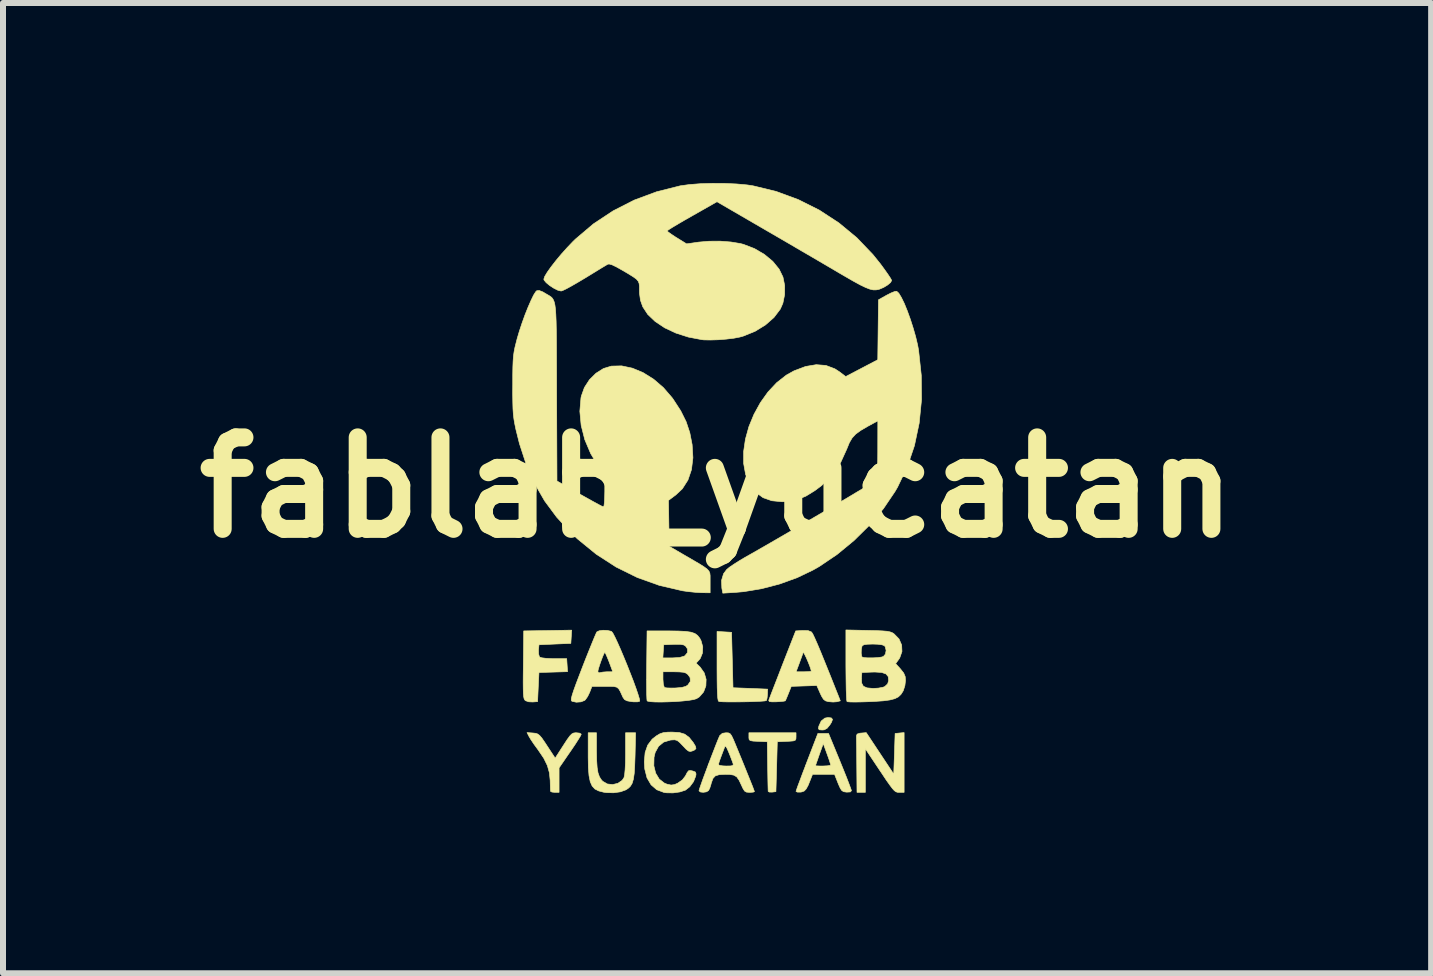
<source format=kicad_pcb>
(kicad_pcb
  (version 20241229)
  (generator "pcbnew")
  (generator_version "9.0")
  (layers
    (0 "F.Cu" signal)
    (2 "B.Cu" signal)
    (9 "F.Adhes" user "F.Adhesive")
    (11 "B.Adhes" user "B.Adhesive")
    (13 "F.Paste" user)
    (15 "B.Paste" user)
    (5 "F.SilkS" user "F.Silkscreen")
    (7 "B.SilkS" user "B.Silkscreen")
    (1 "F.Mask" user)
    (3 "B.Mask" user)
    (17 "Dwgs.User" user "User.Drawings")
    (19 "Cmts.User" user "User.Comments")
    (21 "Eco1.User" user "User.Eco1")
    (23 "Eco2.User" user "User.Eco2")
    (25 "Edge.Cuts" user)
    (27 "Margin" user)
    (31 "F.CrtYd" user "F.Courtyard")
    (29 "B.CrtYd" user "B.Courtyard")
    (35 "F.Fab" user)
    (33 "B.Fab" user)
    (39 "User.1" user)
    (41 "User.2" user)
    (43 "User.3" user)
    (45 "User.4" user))
  (footprint "fablab_yucatan"
    (layer "F.Cu")
    (at 8.897 5.072)
    (property "Reference" "fablab_yucatan" (at 0 0 0) (layer "F.SilkS") (effects (font (size 1.524 1.524) (thickness 0.3))))
    (attr through_hole)
    (fp_poly (pts (xy 1.905 3.84) (xy 1.924 3.864) (xy 1.908 3.911) (xy 1.88 3.956) (xy 1.833 4.013) (xy 1.786 4.038) (xy 1.752 4.041) (xy 1.703 4.037) (xy 1.689 4.017) (xy 1.696 3.977) (xy 1.735 3.892) (xy 1.796 3.843) (xy 1.849 3.833) (xy 1.905 3.84)) (stroke (width 0.01) (type solid)) (fill yes) (layer "F.SilkS"))
    (fp_poly (pts (xy 1.316 4.155) (xy 1.314 4.191) (xy 1.302 4.212) (xy 1.27 4.223) (xy 1.207 4.228) (xy 1.16 4.23) (xy 1.004 4.237) (xy 0.993 4.653) (xy 0.981 5.068) (xy 0.918 5.076) (xy 0.871 5.075) (xy 0.852 5.064) (xy 0.851 5.036) (xy 0.849 4.969) (xy 0.847 4.872) (xy 0.845 4.753) (xy 0.843 4.641) (xy 0.837 4.237) (xy 0.684 4.23) (xy 0.603 4.226) (xy 0.557 4.218) (xy 0.536 4.203) (xy 0.531 4.174) (xy 0.531 4.155) (xy 0.531 4.087) (xy 1.316 4.087) (xy 1.316 4.155)) (stroke (width 0.01) (type solid)) (fill yes) (layer "F.SilkS"))
    (fp_poly (pts (xy 0.121 2.406) (xy 0.242 2.413) (xy 0.254 2.875) (xy 0.266 3.337) (xy 0.554 3.348) (xy 0.843 3.36) (xy 0.84 3.447) (xy 0.834 3.508) (xy 0.824 3.547) (xy 0.821 3.551) (xy 0.793 3.557) (xy 0.729 3.562) (xy 0.638 3.566) (xy 0.528 3.57) (xy 0.411 3.572) (xy 0.294 3.573) (xy 0.188 3.573) (xy 0.102 3.571) (xy 0.045 3.568) (xy 0.029 3.565) (xy 0.019 3.549) (xy 0.012 3.509) (xy 0.007 3.441) (xy 0.003 3.34) (xy 0.001 3.202) (xy 0.000029 3.024) (xy 0 2.976) (xy 0 2.399) (xy 0.121 2.406)) (stroke (width 0.01) (type solid)) (fill yes) (layer "F.SilkS"))
    (fp_poly (pts (xy 3.117 5.08) (xy 3.037 5.08) (xy 3.008 5.079) (xy 2.982 5.071) (xy 2.955 5.052) (xy 2.922 5.016) (xy 2.879 4.959) (xy 2.82 4.876) (xy 2.743 4.76) (xy 2.713 4.716) (xy 2.471 4.353) (xy 2.471 5.08) (xy 2.332 5.08) (xy 2.328 4.63) (xy 2.327 4.488) (xy 2.326 4.36) (xy 2.324 4.254) (xy 2.323 4.178) (xy 2.323 4.14) (xy 2.323 4.139) (xy 2.334 4.109) (xy 2.38 4.094) (xy 2.403 4.092) (xy 2.486 4.085) (xy 2.944 4.776) (xy 2.956 4.437) (xy 2.967 4.099) (xy 3.042 4.091) (xy 3.117 4.084) (xy 3.117 5.08)) (stroke (width 0.01) (type solid)) (fill yes) (layer "F.SilkS"))
    (fp_poly (pts (xy -2.429 2.487) (xy -2.436 2.598) (xy -2.702 2.609) (xy -2.967 2.621) (xy -2.975 2.71) (xy -2.973 2.775) (xy -2.96 2.82) (xy -2.956 2.826) (xy -2.92 2.838) (xy -2.848 2.847) (xy -2.748 2.852) (xy -2.718 2.852) (xy -2.505 2.852) (xy -2.498 2.961) (xy -2.491 3.069) (xy -2.729 3.076) (xy -2.967 3.083) (xy -2.979 3.325) (xy -2.99 3.568) (xy -3.071 3.574) (xy -3.138 3.571) (xy -3.19 3.553) (xy -3.193 3.551) (xy -3.205 3.539) (xy -3.215 3.518) (xy -3.222 3.484) (xy -3.227 3.432) (xy -3.229 3.354) (xy -3.23 3.246) (xy -3.229 3.102) (xy -3.227 2.956) (xy -3.221 2.39) (xy -2.822 2.384) (xy -2.422 2.377) (xy -2.429 2.487)) (stroke (width 0.01) (type solid)) (fill yes) (layer "F.SilkS"))
    (fp_poly (pts (xy -2.009 4.381) (xy -2.006 4.542) (xy -1.998 4.664) (xy -1.983 4.755) (xy -1.959 4.822) (xy -1.925 4.874) (xy -1.904 4.896) (xy -1.828 4.94) (xy -1.739 4.95) (xy -1.652 4.929) (xy -1.581 4.88) (xy -1.55 4.834) (xy -1.54 4.788) (xy -1.532 4.704) (xy -1.526 4.589) (xy -1.524 4.451) (xy -1.524 4.432) (xy -1.524 4.087) (xy -1.357 4.087) (xy -1.366 4.474) (xy -1.372 4.639) (xy -1.38 4.766) (xy -1.394 4.86) (xy -1.414 4.928) (xy -1.443 4.977) (xy -1.483 5.015) (xy -1.521 5.039) (xy -1.61 5.071) (xy -1.724 5.087) (xy -1.844 5.084) (xy -1.891 5.077) (xy -1.972 5.056) (xy -2.035 5.024) (xy -2.081 4.974) (xy -2.113 4.902) (xy -2.133 4.802) (xy -2.144 4.668) (xy -2.147 4.495) (xy -2.147 4.457) (xy -2.147 4.087) (xy -2.009 4.087) (xy -2.009 4.381)) (stroke (width 0.01) (type solid)) (fill yes) (layer "F.SilkS"))
    (fp_poly (pts (xy -3.067 4.091) (xy -3.022 4.096) (xy -2.987 4.108) (xy -2.955 4.133) (xy -2.917 4.178) (xy -2.866 4.252) (xy -2.832 4.304) (xy -2.697 4.51) (xy -2.561 4.299) (xy -2.5 4.205) (xy -2.456 4.144) (xy -2.423 4.109) (xy -2.393 4.092) (xy -2.359 4.087) (xy -2.344 4.087) (xy -2.29 4.093) (xy -2.264 4.109) (xy -2.263 4.112) (xy -2.275 4.139) (xy -2.31 4.196) (xy -2.361 4.276) (xy -2.425 4.371) (xy -2.448 4.404) (xy -2.632 4.672) (xy -2.632 5.08) (xy -2.702 5.08) (xy -2.751 5.075) (xy -2.774 5.063) (xy -2.774 5.063) (xy -2.776 5.032) (xy -2.778 4.969) (xy -2.78 4.887) (xy -2.78 4.884) (xy -2.793 4.754) (xy -2.827 4.633) (xy -2.887 4.511) (xy -2.979 4.375) (xy -2.992 4.357) (xy -3.049 4.279) (xy -3.099 4.205) (xy -3.131 4.152) (xy -3.132 4.15) (xy -3.166 4.084) (xy -3.067 4.091)) (stroke (width 0.01) (type solid)) (fill yes) (layer "F.SilkS"))
    (fp_poly (pts (xy 2.048 4.56) (xy 2.104 4.698) (xy 2.154 4.822) (xy 2.194 4.926) (xy 2.223 5.003) (xy 2.238 5.046) (xy 2.239 5.053) (xy 2.221 5.073) (xy 2.164 5.076) (xy 2.156 5.076) (xy 2.111 5.069) (xy 2.08 5.051) (xy 2.054 5.013) (xy 2.023 4.944) (xy 2.015 4.924) (xy 1.958 4.78) (xy 1.591 4.78) (xy 1.557 4.866) (xy 1.518 4.963) (xy 1.485 5.023) (xy 1.453 5.057) (xy 1.414 5.072) (xy 1.391 5.076) (xy 1.34 5.076) (xy 1.316 5.065) (xy 1.316 5.064) (xy 1.324 5.038) (xy 1.346 4.975) (xy 1.381 4.882) (xy 1.424 4.766) (xy 1.474 4.636) (xy 1.64 4.636) (xy 1.661 4.639) (xy 1.714 4.641) (xy 1.766 4.641) (xy 1.836 4.638) (xy 1.882 4.631) (xy 1.894 4.624) (xy 1.886 4.595) (xy 1.867 4.535) (xy 1.839 4.456) (xy 1.832 4.437) (xy 1.77 4.267) (xy 1.705 4.448) (xy 1.676 4.532) (xy 1.653 4.597) (xy 1.641 4.632) (xy 1.64 4.636) (xy 1.474 4.636) (xy 1.475 4.632) (xy 1.498 4.572) (xy 1.68 4.099) (xy 1.858 4.099) (xy 2.048 4.56)) (stroke (width 0.01) (type solid)) (fill yes) (layer "F.SilkS"))
    (fp_poly (pts (xy -0.628 4.083) (xy -0.539 4.11) (xy -0.466 4.163) (xy -0.398 4.248) (xy -0.36 4.311) (xy -0.351 4.349) (xy -0.373 4.373) (xy -0.408 4.389) (xy -0.445 4.399) (xy -0.477 4.391) (xy -0.516 4.36) (xy -0.569 4.304) (xy -0.625 4.246) (xy -0.665 4.215) (xy -0.706 4.204) (xy -0.761 4.207) (xy -0.778 4.209) (xy -0.889 4.242) (xy -0.975 4.313) (xy -1.031 4.416) (xy -1.05 4.496) (xy -1.053 4.637) (xy -1.023 4.76) (xy -0.963 4.859) (xy -0.877 4.926) (xy -0.832 4.944) (xy -0.766 4.958) (xy -0.71 4.951) (xy -0.655 4.927) (xy -0.577 4.872) (xy -0.527 4.807) (xy -0.496 4.747) (xy -0.472 4.719) (xy -0.443 4.716) (xy -0.405 4.724) (xy -0.361 4.741) (xy -0.35 4.773) (xy -0.355 4.808) (xy -0.392 4.902) (xy -0.455 4.987) (xy -0.527 5.043) (xy -0.619 5.073) (xy -0.733 5.089) (xy -0.846 5.087) (xy -0.885 5.081) (xy -1.005 5.036) (xy -1.099 4.954) (xy -1.167 4.838) (xy -1.204 4.692) (xy -1.212 4.572) (xy -1.198 4.416) (xy -1.155 4.293) (xy -1.081 4.194) (xy -1.011 4.139) (xy -0.952 4.104) (xy -0.895 4.085) (xy -0.822 4.077) (xy -0.748 4.076) (xy -0.628 4.083)) (stroke (width 0.01) (type solid)) (fill yes) (layer "F.SilkS"))
    (fp_poly (pts (xy 1.517 2.385) (xy 1.572 2.407) (xy 1.576 2.411) (xy 1.595 2.44) (xy 1.626 2.505) (xy 1.671 2.607) (xy 1.73 2.747) (xy 1.803 2.927) (xy 1.892 3.147) (xy 1.996 3.409) (xy 2.011 3.446) (xy 2.054 3.555) (xy 1.997 3.57) (xy 1.934 3.575) (xy 1.86 3.569) (xy 1.857 3.569) (xy 1.807 3.555) (xy 1.773 3.528) (xy 1.741 3.476) (xy 1.718 3.427) (xy 1.662 3.3) (xy 1.237 3.314) (xy 1.191 3.429) (xy 1.164 3.495) (xy 1.144 3.542) (xy 1.137 3.555) (xy 1.112 3.561) (xy 1.054 3.567) (xy 0.991 3.571) (xy 0.914 3.572) (xy 0.874 3.567) (xy 0.862 3.553) (xy 0.865 3.537) (xy 0.877 3.506) (xy 0.903 3.437) (xy 0.941 3.339) (xy 0.989 3.216) (xy 1.044 3.074) (xy 1.045 3.071) (xy 1.317 3.071) (xy 1.443 3.071) (xy 1.513 3.069) (xy 1.559 3.065) (xy 1.57 3.061) (xy 1.562 3.026) (xy 1.542 2.968) (xy 1.515 2.901) (xy 1.486 2.834) (xy 1.459 2.78) (xy 1.441 2.75) (xy 1.435 2.749) (xy 1.422 2.787) (xy 1.398 2.853) (xy 1.371 2.927) (xy 1.317 3.071) (xy 1.045 3.071) (xy 1.094 2.944) (xy 1.311 2.39) (xy 1.426 2.383) (xy 1.517 2.385)) (stroke (width 0.01) (type solid)) (fill yes) (layer "F.SilkS"))
    (fp_poly (pts (xy 0.189 4.089) (xy 0.217 4.102) (xy 0.242 4.135) (xy 0.271 4.196) (xy 0.296 4.255) (xy 0.371 4.437) (xy 0.44 4.605) (xy 0.5 4.754) (xy 0.551 4.88) (xy 0.59 4.977) (xy 0.614 5.041) (xy 0.623 5.068) (xy 0.623 5.068) (xy 0.603 5.076) (xy 0.553 5.08) (xy 0.541 5.08) (xy 0.491 5.076) (xy 0.459 5.058) (xy 0.431 5.013) (xy 0.411 4.97) (xy 0.368 4.879) (xy 0.328 4.822) (xy 0.279 4.793) (xy 0.208 4.781) (xy 0.135 4.78) (xy 0.037 4.785) (xy -0.028 4.805) (xy -0.068 4.848) (xy -0.095 4.922) (xy -0.103 4.953) (xy -0.122 5.012) (xy -0.143 5.051) (xy -0.179 5.072) (xy -0.23 5.079) (xy -0.276 5.074) (xy -0.3 5.055) (xy -0.3 5.051) (xy -0.292 5.022) (xy -0.27 4.958) (xy -0.238 4.867) (xy -0.197 4.757) (xy -0.152 4.636) (xy -0.146 4.619) (xy 0.023 4.619) (xy 0.044 4.631) (xy 0.098 4.639) (xy 0.152 4.641) (xy 0.224 4.64) (xy 0.261 4.633) (xy 0.27 4.616) (xy 0.266 4.596) (xy 0.249 4.55) (xy 0.222 4.479) (xy 0.197 4.417) (xy 0.166 4.346) (xy 0.146 4.314) (xy 0.132 4.315) (xy 0.125 4.33) (xy 0.107 4.378) (xy 0.08 4.449) (xy 0.066 4.486) (xy 0.041 4.554) (xy 0.026 4.604) (xy 0.023 4.619) (xy -0.146 4.619) (xy -0.105 4.512) (xy -0.059 4.393) (xy -0.018 4.287) (xy 0.016 4.202) (xy 0.04 4.146) (xy 0.047 4.132) (xy 0.089 4.096) (xy 0.149 4.087) (xy 0.189 4.089)) (stroke (width 0.01) (type solid)) (fill yes) (layer "F.SilkS"))
    (fp_poly (pts (xy -1.827 2.382) (xy -1.766 2.396) (xy -1.756 2.401) (xy -1.735 2.428) (xy -1.702 2.491) (xy -1.659 2.582) (xy -1.609 2.695) (xy -1.555 2.823) (xy -1.499 2.959) (xy -1.445 3.096) (xy -1.394 3.227) (xy -1.351 3.345) (xy -1.317 3.445) (xy -1.295 3.517) (xy -1.288 3.557) (xy -1.29 3.562) (xy -1.325 3.572) (xy -1.391 3.572) (xy -1.428 3.568) (xy -1.499 3.555) (xy -1.541 3.534) (xy -1.569 3.494) (xy -1.581 3.467) (xy -1.613 3.397) (xy -1.64 3.352) (xy -1.672 3.327) (xy -1.722 3.316) (xy -1.8 3.314) (xy -1.87 3.314) (xy -2.084 3.314) (xy -2.123 3.415) (xy -2.156 3.483) (xy -2.193 3.536) (xy -2.206 3.548) (xy -2.267 3.572) (xy -2.344 3.578) (xy -2.411 3.564) (xy -2.422 3.558) (xy -2.429 3.544) (xy -2.427 3.513) (xy -2.414 3.461) (xy -2.389 3.383) (xy -2.35 3.275) (xy -2.296 3.133) (xy -2.271 3.068) (xy -1.986 3.068) (xy -1.97 3.089) (xy -1.949 3.085) (xy -1.903 3.076) (xy -1.836 3.071) (xy -1.825 3.071) (xy -1.737 3.071) (xy -1.797 2.909) (xy -1.828 2.832) (xy -1.853 2.775) (xy -1.869 2.748) (xy -1.87 2.748) (xy -1.884 2.768) (xy -1.906 2.818) (xy -1.932 2.887) (xy -1.957 2.959) (xy -1.977 3.023) (xy -1.986 3.064) (xy -1.986 3.068) (xy -2.271 3.068) (xy -2.24 2.987) (xy -2.181 2.836) (xy -2.126 2.699) (xy -2.078 2.581) (xy -2.04 2.489) (xy -2.014 2.429) (xy -2.003 2.407) (xy -1.964 2.388) (xy -1.899 2.379) (xy -1.827 2.382)) (stroke (width 0.01) (type solid)) (fill yes) (layer "F.SilkS"))
    (fp_poly (pts (xy -0.647 2.392) (xy -0.524 2.398) (xy -0.434 2.411) (xy -0.369 2.433) (xy -0.323 2.467) (xy -0.287 2.513) (xy -0.266 2.554) (xy -0.238 2.655) (xy -0.243 2.759) (xy -0.279 2.848) (xy -0.3 2.874) (xy -0.349 2.927) (xy -0.28 2.995) (xy -0.213 3.09) (xy -0.182 3.197) (xy -0.186 3.306) (xy -0.224 3.407) (xy -0.294 3.488) (xy -0.342 3.519) (xy -0.391 3.534) (xy -0.471 3.547) (xy -0.574 3.558) (xy -0.691 3.567) (xy -0.812 3.572) (xy -0.928 3.575) (xy -1.03 3.574) (xy -1.11 3.569) (xy -1.157 3.56) (xy -1.166 3.553) (xy -1.169 3.522) (xy -1.172 3.451) (xy -1.173 3.347) (xy -1.174 3.218) (xy -1.173 3.071) (xy -0.901 3.071) (xy -0.901 3.196) (xy -0.895 3.278) (xy -0.88 3.326) (xy -0.872 3.334) (xy -0.835 3.34) (xy -0.767 3.342) (xy -0.689 3.341) (xy -0.587 3.332) (xy -0.521 3.314) (xy -0.487 3.292) (xy -0.445 3.231) (xy -0.449 3.168) (xy -0.485 3.117) (xy -0.517 3.093) (xy -0.56 3.079) (xy -0.628 3.073) (xy -0.716 3.071) (xy -0.901 3.071) (xy -1.173 3.071) (xy -1.173 3.069) (xy -1.172 2.955) (xy -1.171 2.84) (xy -0.903 2.84) (xy -0.745 2.84) (xy -0.625 2.833) (xy -0.548 2.811) (xy -0.536 2.804) (xy -0.492 2.751) (xy -0.492 2.691) (xy -0.522 2.645) (xy -0.555 2.624) (xy -0.609 2.614) (xy -0.694 2.613) (xy -0.724 2.614) (xy -0.889 2.621) (xy -0.896 2.731) (xy -0.903 2.84) (xy -1.171 2.84) (xy -1.166 2.39) (xy -0.808 2.39) (xy -0.647 2.392)) (stroke (width 0.01) (type solid)) (fill yes) (layer "F.SilkS"))
    (fp_poly (pts (xy 2.515 2.382) (xy 2.656 2.385) (xy 2.759 2.39) (xy 2.832 2.396) (xy 2.882 2.406) (xy 2.918 2.419) (xy 2.947 2.437) (xy 2.948 2.438) (xy 3.032 2.524) (xy 3.076 2.625) (xy 3.081 2.733) (xy 3.044 2.839) (xy 3.024 2.869) (xy 2.976 2.935) (xy 3.058 3.026) (xy 3.11 3.092) (xy 3.135 3.151) (xy 3.14 3.216) (xy 3.13 3.301) (xy 3.104 3.383) (xy 3.098 3.395) (xy 3.064 3.448) (xy 3.021 3.489) (xy 2.962 3.519) (xy 2.881 3.54) (xy 2.771 3.555) (xy 2.624 3.565) (xy 2.54 3.569) (xy 2.416 3.573) (xy 2.308 3.575) (xy 2.225 3.574) (xy 2.175 3.57) (xy 2.165 3.566) (xy 2.16 3.539) (xy 2.156 3.472) (xy 2.152 3.372) (xy 2.15 3.245) (xy 2.149 3.178) (xy 2.406 3.178) (xy 2.41 3.26) (xy 2.438 3.312) (xy 2.499 3.339) (xy 2.596 3.348) (xy 2.605 3.348) (xy 2.689 3.343) (xy 2.763 3.329) (xy 2.794 3.318) (xy 2.843 3.272) (xy 2.859 3.216) (xy 2.852 3.151) (xy 2.815 3.107) (xy 2.743 3.082) (xy 2.632 3.075) (xy 2.583 3.076) (xy 2.413 3.083) (xy 2.406 3.178) (xy 2.149 3.178) (xy 2.148 3.097) (xy 2.147 2.961) (xy 2.147 2.762) (xy 2.402 2.762) (xy 2.41 2.812) (xy 2.417 2.825) (xy 2.45 2.835) (xy 2.514 2.839) (xy 2.594 2.839) (xy 2.674 2.835) (xy 2.74 2.826) (xy 2.772 2.816) (xy 2.806 2.776) (xy 2.817 2.715) (xy 2.803 2.656) (xy 2.789 2.637) (xy 2.751 2.622) (xy 2.678 2.612) (xy 2.596 2.609) (xy 2.504 2.612) (xy 2.449 2.62) (xy 2.421 2.636) (xy 2.415 2.646) (xy 2.404 2.699) (xy 2.402 2.762) (xy 2.147 2.762) (xy 2.147 2.374) (xy 2.515 2.382)) (stroke (width 0.01) (type solid)) (fill yes) (layer "F.SilkS"))
    (fp_poly (pts (xy 3.028 -3.237) (xy 3.071 -3.166) (xy 3.12 -3.066) (xy 3.17 -2.943) (xy 3.22 -2.805) (xy 3.267 -2.659) (xy 3.309 -2.513) (xy 3.342 -2.374) (xy 3.358 -2.286) (xy 3.403 -1.868) (xy 3.407 -1.463) (xy 3.368 -1.072) (xy 3.289 -0.697) (xy 3.168 -0.34) (xy 3.007 -0.004) (xy 2.965 0.068) (xy 2.773 0.352) (xy 2.543 0.626) (xy 2.282 0.884) (xy 1.999 1.117) (xy 1.701 1.318) (xy 1.597 1.377) (xy 1.336 1.502) (xy 1.047 1.607) (xy 0.745 1.686) (xy 0.445 1.736) (xy 0.308 1.748) (xy 0.096 1.761) (xy 0.08 1.677) (xy 0.075 1.548) (xy 0.109 1.436) (xy 0.161 1.367) (xy 0.208 1.328) (xy 0.285 1.276) (xy 0.38 1.216) (xy 0.466 1.165) (xy 0.59 1.095) (xy 0.735 1.012) (xy 0.898 0.918) (xy 1.074 0.816) (xy 1.258 0.709) (xy 1.448 0.598) (xy 1.637 0.487) (xy 1.823 0.378) (xy 2.001 0.273) (xy 2.166 0.176) (xy 2.314 0.087) (xy 2.442 0.011) (xy 2.544 -0.051) (xy 2.617 -0.095) (xy 2.656 -0.121) (xy 2.661 -0.125) (xy 2.666 -0.155) (xy 2.671 -0.223) (xy 2.674 -0.324) (xy 2.677 -0.448) (xy 2.678 -0.59) (xy 2.678 -0.63) (xy 2.679 -1.11) (xy 2.511 -1.019) (xy 2.395 -0.951) (xy 2.311 -0.89) (xy 2.251 -0.825) (xy 2.204 -0.745) (xy 2.161 -0.639) (xy 2.055 -0.406) (xy 1.917 -0.205) (xy 1.744 -0.033) (xy 1.629 0.053) (xy 1.481 0.144) (xy 1.344 0.201) (xy 1.207 0.231) (xy 1.085 0.238) (xy 0.912 0.221) (xy 0.767 0.17) (xy 0.648 0.083) (xy 0.551 -0.043) (xy 0.544 -0.054) (xy 0.476 -0.217) (xy 0.443 -0.401) (xy 0.443 -0.599) (xy 0.473 -0.805) (xy 0.531 -1.014) (xy 0.615 -1.218) (xy 0.722 -1.413) (xy 0.849 -1.591) (xy 0.994 -1.746) (xy 1.156 -1.873) (xy 1.282 -1.943) (xy 1.475 -2.016) (xy 1.653 -2.046) (xy 1.815 -2.033) (xy 1.963 -1.977) (xy 2.04 -1.927) (xy 2.144 -1.848) (xy 2.411 -1.988) (xy 2.678 -2.128) (xy 2.684 -2.627) (xy 2.69 -3.127) (xy 2.827 -3.204) (xy 2.9 -3.241) (xy 2.96 -3.265) (xy 2.993 -3.269) (xy 3.028 -3.237)) (stroke (width 0.01) (type solid)) (fill yes) (layer "F.SilkS"))
    (fp_poly (pts (xy -2.904 -3.259) (xy -2.862 -3.234) (xy -2.826 -3.213) (xy -2.795 -3.195) (xy -2.768 -3.177) (xy -2.746 -3.156) (xy -2.728 -3.128) (xy -2.713 -3.091) (xy -2.701 -3.039) (xy -2.692 -2.97) (xy -2.686 -2.881) (xy -2.681 -2.768) (xy -2.678 -2.627) (xy -2.676 -2.455) (xy -2.675 -2.249) (xy -2.674 -2.005) (xy -2.673 -1.72) (xy -2.673 -1.594) (xy -2.667 -0.108) (xy -2.291 0.108) (xy -2.171 0.175) (xy -2.065 0.234) (xy -1.979 0.281) (xy -1.919 0.312) (xy -1.892 0.323) (xy -1.892 0.323) (xy -1.883 0.302) (xy -1.876 0.241) (xy -1.872 0.151) (xy -1.87 0.062) (xy -1.87 -0.199) (xy -1.97 -0.341) (xy -2.105 -0.564) (xy -2.204 -0.798) (xy -2.264 -1.035) (xy -2.286 -1.269) (xy -2.267 -1.494) (xy -2.261 -1.523) (xy -2.21 -1.665) (xy -2.126 -1.795) (xy -2.017 -1.903) (xy -1.892 -1.982) (xy -1.761 -2.022) (xy -1.59 -2.026) (xy -1.411 -1.988) (xy -1.231 -1.913) (xy -1.057 -1.804) (xy -0.894 -1.664) (xy -0.749 -1.496) (xy -0.729 -1.468) (xy -0.605 -1.277) (xy -0.515 -1.096) (xy -0.454 -0.913) (xy -0.415 -0.714) (xy -0.402 -0.494) (xy -0.426 -0.297) (xy -0.485 -0.124) (xy -0.578 0.022) (xy -0.687 0.124) (xy -0.809 0.215) (xy -0.803 0.598) (xy -0.797 0.98) (xy -0.531 1.135) (xy -0.393 1.215) (xy -0.289 1.276) (xy -0.215 1.323) (xy -0.165 1.36) (xy -0.135 1.393) (xy -0.12 1.428) (xy -0.115 1.468) (xy -0.115 1.519) (xy -0.115 1.57) (xy -0.115 1.755) (xy -0.26 1.753) (xy -0.36 1.747) (xy -0.478 1.735) (xy -0.577 1.721) (xy -0.96 1.632) (xy -1.329 1.5) (xy -1.681 1.326) (xy -2.014 1.111) (xy -2.324 0.858) (xy -2.438 0.75) (xy -2.673 0.493) (xy -2.873 0.223) (xy -3.04 -0.067) (xy -3.179 -0.383) (xy -3.292 -0.73) (xy -3.352 -0.97) (xy -3.37 -1.058) (xy -3.384 -1.138) (xy -3.394 -1.22) (xy -3.4 -1.312) (xy -3.403 -1.425) (xy -3.405 -1.567) (xy -3.404 -1.709) (xy -3.404 -1.875) (xy -3.402 -2.004) (xy -3.398 -2.104) (xy -3.392 -2.187) (xy -3.382 -2.259) (xy -3.368 -2.331) (xy -3.348 -2.411) (xy -3.332 -2.474) (xy -3.294 -2.603) (xy -3.249 -2.739) (xy -3.2 -2.875) (xy -3.149 -3.003) (xy -3.1 -3.115) (xy -3.057 -3.204) (xy -3.021 -3.261) (xy -3.004 -3.278) (xy -2.964 -3.282) (xy -2.904 -3.259)) (stroke (width 0.01) (type solid)) (fill yes) (layer "F.SilkS"))
    (fp_poly (pts (xy 0.127 -5.066) (xy 0.326 -5.057) (xy 0.502 -5.041) (xy 0.6 -5.026) (xy 0.986 -4.932) (xy 1.355 -4.796) (xy 1.704 -4.621) (xy 2.029 -4.409) (xy 2.328 -4.162) (xy 2.597 -3.881) (xy 2.726 -3.72) (xy 2.794 -3.627) (xy 2.851 -3.546) (xy 2.891 -3.485) (xy 2.909 -3.451) (xy 2.909 -3.448) (xy 2.89 -3.414) (xy 2.841 -3.373) (xy 2.775 -3.333) (xy 2.704 -3.303) (xy 2.697 -3.301) (xy 2.651 -3.292) (xy 2.602 -3.292) (xy 2.545 -3.305) (xy 2.473 -3.333) (xy 2.382 -3.377) (xy 2.265 -3.441) (xy 2.118 -3.526) (xy 2.044 -3.569) (xy 1.927 -3.638) (xy 1.777 -3.726) (xy 1.603 -3.828) (xy 1.412 -3.939) (xy 1.211 -4.057) (xy 1.008 -4.175) (xy 0.813 -4.288) (xy -0.001 -4.761) (xy -0.416 -4.525) (xy -0.541 -4.454) (xy -0.65 -4.39) (xy -0.739 -4.337) (xy -0.801 -4.298) (xy -0.83 -4.277) (xy -0.831 -4.275) (xy -0.813 -4.256) (xy -0.764 -4.221) (xy -0.695 -4.175) (xy -0.669 -4.159) (xy -0.507 -4.059) (xy -0.306 -4.088) (xy -0.133 -4.103) (xy 0.052 -4.104) (xy 0.232 -4.09) (xy 0.389 -4.064) (xy 0.439 -4.051) (xy 0.624 -3.98) (xy 0.789 -3.883) (xy 0.928 -3.768) (xy 1.034 -3.638) (xy 1.098 -3.507) (xy 1.127 -3.365) (xy 1.126 -3.213) (xy 1.097 -3.07) (xy 1.054 -2.972) (xy 0.948 -2.832) (xy 0.805 -2.707) (xy 0.634 -2.602) (xy 0.442 -2.524) (xy 0.379 -2.506) (xy 0.281 -2.487) (xy 0.156 -2.472) (xy 0.02 -2.461) (xy -0.111 -2.457) (xy -0.22 -2.459) (xy -0.254 -2.463) (xy -0.479 -2.506) (xy -0.687 -2.573) (xy -0.872 -2.66) (xy -1.03 -2.765) (xy -1.154 -2.883) (xy -1.238 -3.011) (xy -1.238 -3.012) (xy -1.276 -3.119) (xy -1.292 -3.237) (xy -1.293 -3.282) (xy -1.293 -3.349) (xy -1.298 -3.398) (xy -1.313 -3.436) (xy -1.344 -3.472) (xy -1.398 -3.511) (xy -1.48 -3.562) (xy -1.572 -3.616) (xy -1.677 -3.675) (xy -1.75 -3.71) (xy -1.798 -3.723) (xy -1.82 -3.72) (xy -1.852 -3.701) (xy -1.916 -3.663) (xy -2.004 -3.609) (xy -2.11 -3.544) (xy -2.205 -3.486) (xy -2.321 -3.417) (xy -2.425 -3.357) (xy -2.511 -3.31) (xy -2.572 -3.281) (xy -2.598 -3.273) (xy -2.652 -3.286) (xy -2.72 -3.32) (xy -2.789 -3.365) (xy -2.847 -3.413) (xy -2.882 -3.456) (xy -2.886 -3.471) (xy -2.871 -3.516) (xy -2.829 -3.586) (xy -2.765 -3.676) (xy -2.685 -3.779) (xy -2.595 -3.887) (xy -2.498 -3.995) (xy -2.402 -4.096) (xy -2.36 -4.137) (xy -2.059 -4.392) (xy -1.731 -4.609) (xy -1.38 -4.788) (xy -1.006 -4.927) (xy -0.613 -5.026) (xy -0.612 -5.026) (xy -0.462 -5.047) (xy -0.28 -5.061) (xy -0.079 -5.067) (xy 0.127 -5.066)) (stroke (width 0.01) (type solid)) (fill yes) (layer "F.SilkS")))
  (gr_rect
    (start -3 -3)
    (end 20.795 13.166)
    (stroke (width 0.1) (type default))
    (fill no)
    (layer "Edge.Cuts")))
</source>
